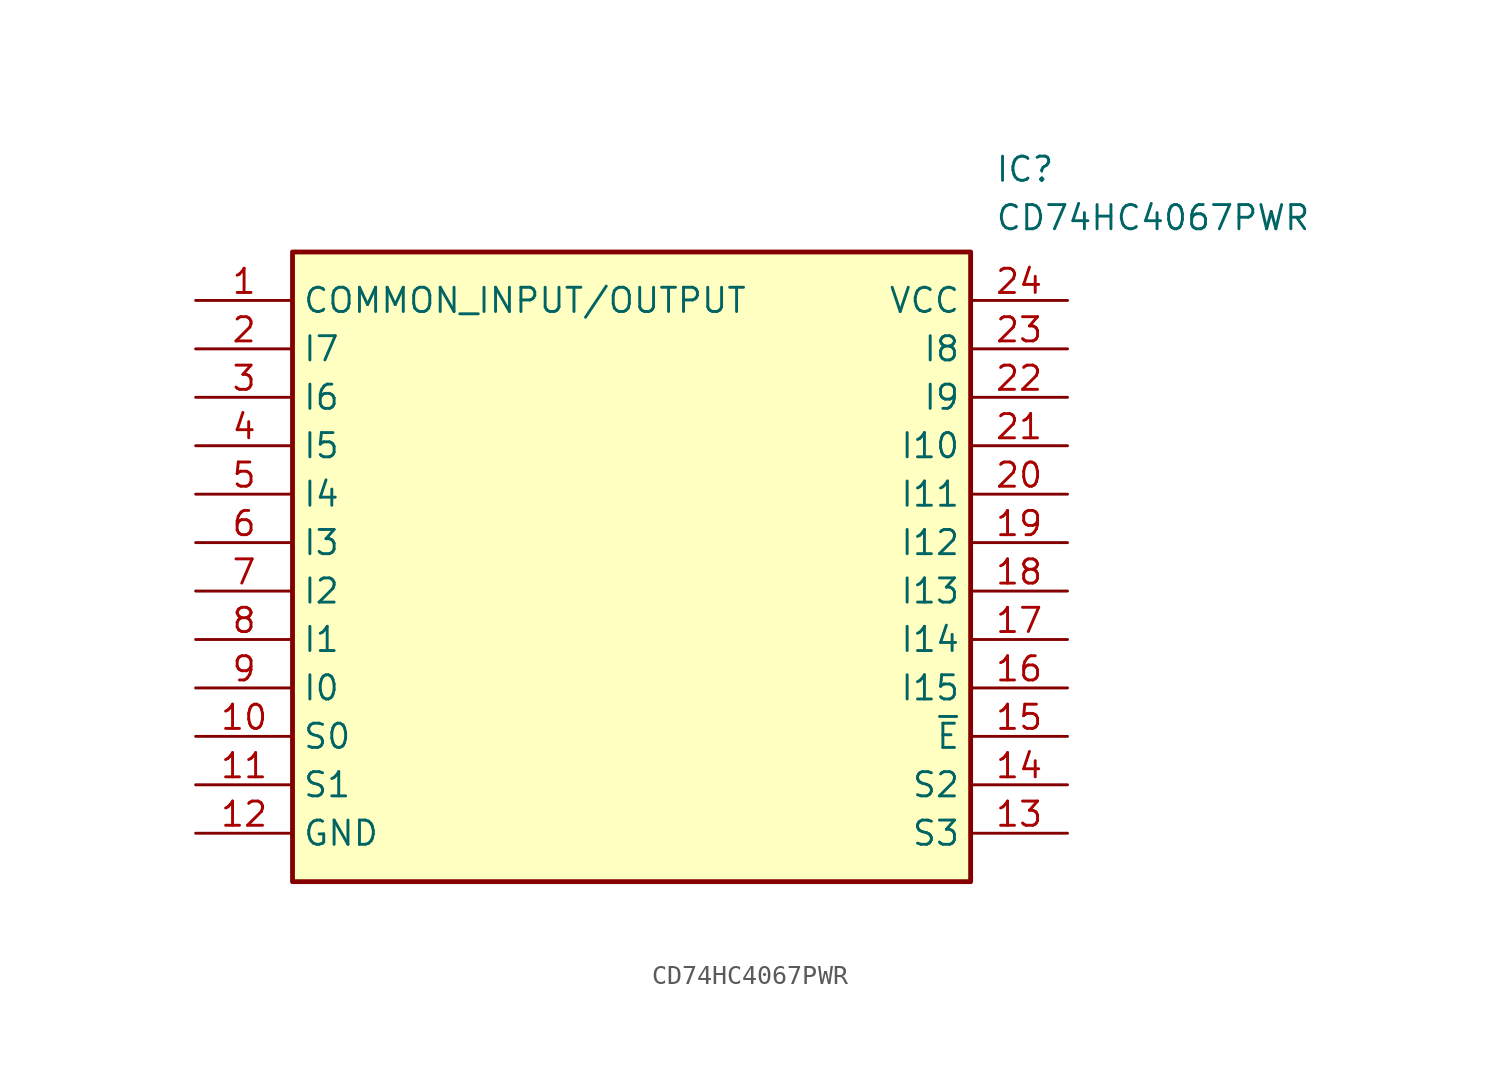
<source format=kicad_sym>
(kicad_symbol_lib
  (version 20211014)
  (generator SamacSys_ECAD_Model)
  (symbol "CD74HC4067PWR"
    (property "Reference" "IC"
      (at 41.91 7.62 0)
      (effects (font (size 1.27 1.27)) (justify left top)))
    (property "Value" "CD74HC4067PWR"
      (at 41.91 5.08 0)
      (effects (font (size 1.27 1.27)) (justify left top)))
    (rectangle
      (start 5.08 2.54)
      (end 40.64 -30.48)
      (stroke (width 0.254) (type default))
      (fill (type background)))
    (pin passive line
      (at 0 0 0)
      (length 5.08)
      (name "COMMON_INPUT/OUTPUT" (effects (font (size 1.27 1.27))))
      (number "1" (effects (font (size 1.27 1.27)))))
    (pin passive line
      (at 0 -2.54 0)
      (length 5.08)
      (name "I7" (effects (font (size 1.27 1.27))))
      (number "2" (effects (font (size 1.27 1.27)))))
    (pin passive line
      (at 0 -5.08 0)
      (length 5.08)
      (name "I6" (effects (font (size 1.27 1.27))))
      (number "3" (effects (font (size 1.27 1.27)))))
    (pin passive line
      (at 0 -7.62 0)
      (length 5.08)
      (name "I5" (effects (font (size 1.27 1.27))))
      (number "4" (effects (font (size 1.27 1.27)))))
    (pin passive line
      (at 0 -10.16 0)
      (length 5.08)
      (name "I4" (effects (font (size 1.27 1.27))))
      (number "5" (effects (font (size 1.27 1.27)))))
    (pin passive line
      (at 0 -12.7 0)
      (length 5.08)
      (name "I3" (effects (font (size 1.27 1.27))))
      (number "6" (effects (font (size 1.27 1.27)))))
    (pin passive line
      (at 0 -15.24 0)
      (length 5.08)
      (name "I2" (effects (font (size 1.27 1.27))))
      (number "7" (effects (font (size 1.27 1.27)))))
    (pin passive line
      (at 0 -17.78 0)
      (length 5.08)
      (name "I1" (effects (font (size 1.27 1.27))))
      (number "8" (effects (font (size 1.27 1.27)))))
    (pin passive line
      (at 0 -20.32 0)
      (length 5.08)
      (name "I0" (effects (font (size 1.27 1.27))))
      (number "9" (effects (font (size 1.27 1.27)))))
    (pin passive line
      (at 0 -22.86 0)
      (length 5.08)
      (name "S0" (effects (font (size 1.27 1.27))))
      (number "10" (effects (font (size 1.27 1.27)))))
    (pin passive line
      (at 0 -25.4 0)
      (length 5.08)
      (name "S1" (effects (font (size 1.27 1.27))))
      (number "11" (effects (font (size 1.27 1.27)))))
    (pin passive line
      (at 0 -27.94 0)
      (length 5.08)
      (name "GND" (effects (font (size 1.27 1.27))))
      (number "12" (effects (font (size 1.27 1.27)))))
    (pin passive line
      (at 45.72 0 180)
      (length 5.08)
      (name "VCC" (effects (font (size 1.27 1.27))))
      (number "24" (effects (font (size 1.27 1.27)))))
    (pin passive line
      (at 45.72 -2.54 180)
      (length 5.08)
      (name "I8" (effects (font (size 1.27 1.27))))
      (number "23" (effects (font (size 1.27 1.27)))))
    (pin passive line
      (at 45.72 -5.08 180)
      (length 5.08)
      (name "I9" (effects (font (size 1.27 1.27))))
      (number "22" (effects (font (size 1.27 1.27)))))
    (pin passive line
      (at 45.72 -7.62 180)
      (length 5.08)
      (name "I10" (effects (font (size 1.27 1.27))))
      (number "21" (effects (font (size 1.27 1.27)))))
    (pin passive line
      (at 45.72 -10.16 180)
      (length 5.08)
      (name "I11" (effects (font (size 1.27 1.27))))
      (number "20" (effects (font (size 1.27 1.27)))))
    (pin passive line
      (at 45.72 -12.7 180)
      (length 5.08)
      (name "I12" (effects (font (size 1.27 1.27))))
      (number "19" (effects (font (size 1.27 1.27)))))
    (pin passive line
      (at 45.72 -15.24 180)
      (length 5.08)
      (name "I13" (effects (font (size 1.27 1.27))))
      (number "18" (effects (font (size 1.27 1.27)))))
    (pin passive line
      (at 45.72 -17.78 180)
      (length 5.08)
      (name "I14" (effects (font (size 1.27 1.27))))
      (number "17" (effects (font (size 1.27 1.27)))))
    (pin passive line
      (at 45.72 -20.32 180)
      (length 5.08)
      (name "I15" (effects (font (size 1.27 1.27))))
      (number "16" (effects (font (size 1.27 1.27)))))
    (pin passive line
      (at 45.72 -22.86 180)
      (length 5.08)
      (name "~{E}" (effects (font (size 1.27 1.27))))
      (number "15" (effects (font (size 1.27 1.27)))))
    (pin passive line
      (at 45.72 -25.4 180)
      (length 5.08)
      (name "S2" (effects (font (size 1.27 1.27))))
      (number "14" (effects (font (size 1.27 1.27)))))
    (pin passive line
      (at 45.72 -27.94 180)
      (length 5.08)
      (name "S3" (effects (font (size 1.27 1.27))))
      (number "13" (effects (font (size 1.27 1.27)))))))
</source>
